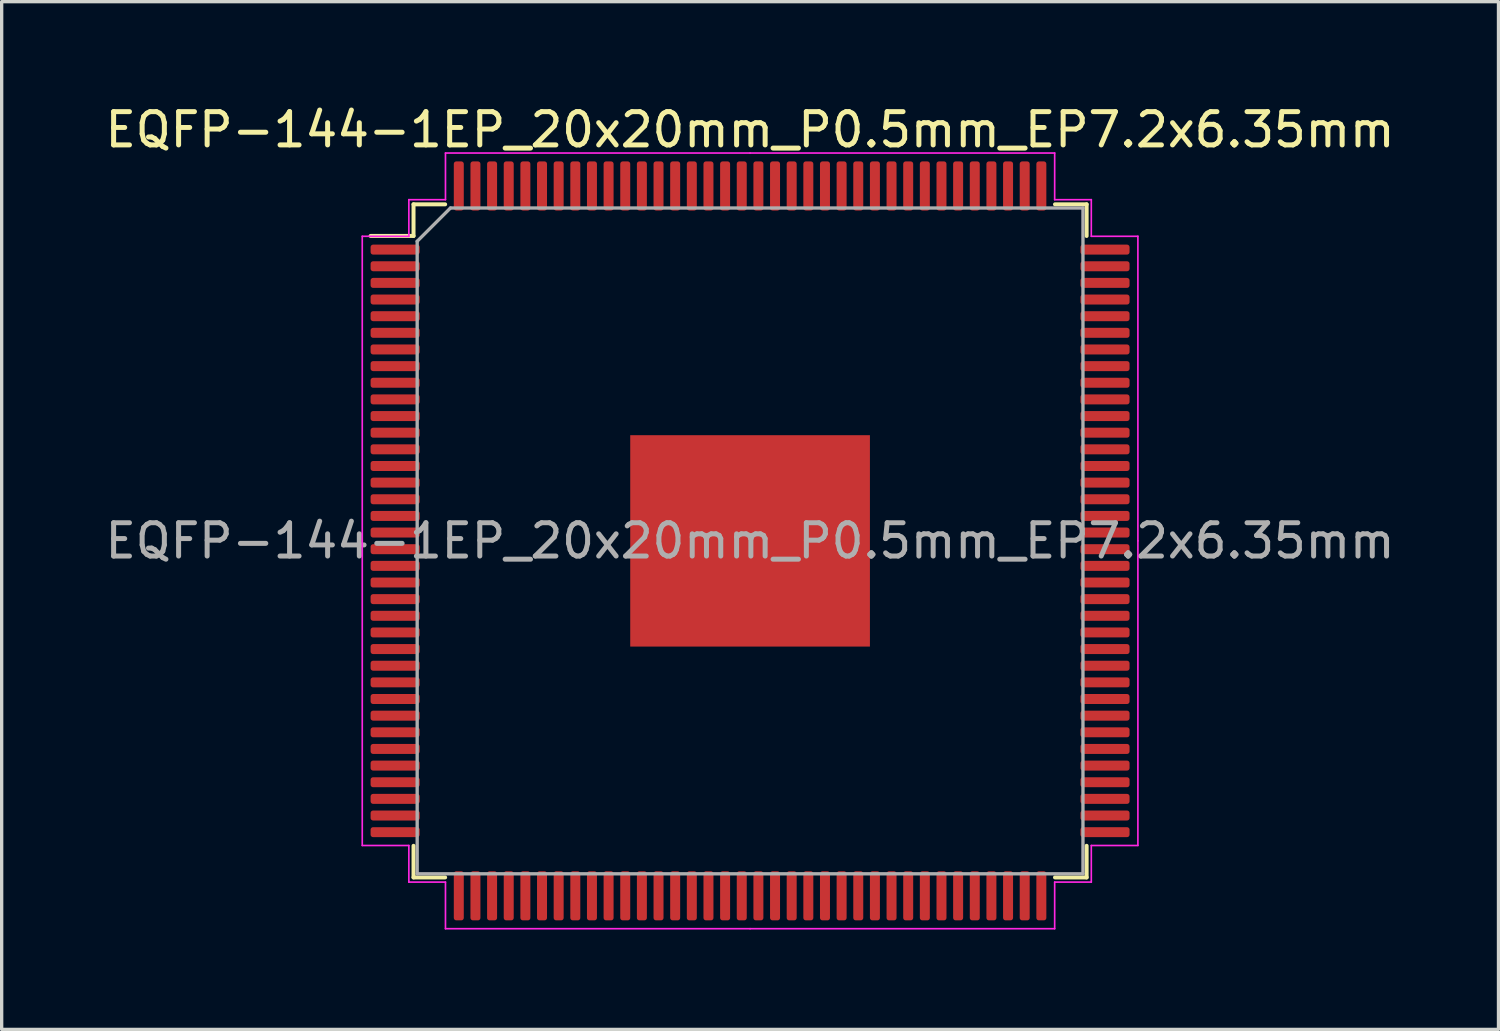
<source format=kicad_pcb>
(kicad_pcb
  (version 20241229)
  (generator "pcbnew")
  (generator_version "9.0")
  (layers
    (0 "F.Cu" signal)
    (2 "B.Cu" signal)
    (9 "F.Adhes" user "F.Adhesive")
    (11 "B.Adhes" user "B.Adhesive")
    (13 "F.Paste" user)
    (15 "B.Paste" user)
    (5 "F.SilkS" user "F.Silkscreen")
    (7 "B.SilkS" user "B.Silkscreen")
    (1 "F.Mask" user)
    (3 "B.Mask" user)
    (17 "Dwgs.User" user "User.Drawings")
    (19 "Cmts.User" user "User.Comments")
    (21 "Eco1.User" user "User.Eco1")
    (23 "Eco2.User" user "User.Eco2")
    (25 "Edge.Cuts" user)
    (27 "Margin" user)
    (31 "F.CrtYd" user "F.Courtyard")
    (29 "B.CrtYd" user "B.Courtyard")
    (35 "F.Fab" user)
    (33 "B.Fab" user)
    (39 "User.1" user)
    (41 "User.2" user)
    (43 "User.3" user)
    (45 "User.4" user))
  (footprint "EQFP-144-1EP_20x20mm_P0.5mm_EP7.2x6.35mm"
    (layer "F.Cu")
    (at 19.482 13.198)
    (property "Reference" "EQFP-144-1EP_20x20mm_P0.5mm_EP7.2x6.35mm" (at 0 -12.35 0) (layer "F.SilkS") (effects (font (size 1 1) (thickness 0.15))))
    (attr smd)
    (fp_line (start -10.11 -10.11) (end -10.11 -9.16) (stroke (width 0.12) (type solid)) (layer "F.SilkS"))
    (fp_line (start -10.11 -9.16) (end -11.4 -9.16) (stroke (width 0.12) (type solid)) (layer "F.SilkS"))
    (fp_line (start -10.11 10.11) (end -10.11 9.16) (stroke (width 0.12) (type solid)) (layer "F.SilkS"))
    (fp_line (start -9.16 -10.11) (end -10.11 -10.11) (stroke (width 0.12) (type solid)) (layer "F.SilkS"))
    (fp_line (start -9.16 10.11) (end -10.11 10.11) (stroke (width 0.12) (type solid)) (layer "F.SilkS"))
    (fp_line (start 9.16 -10.11) (end 10.11 -10.11) (stroke (width 0.12) (type solid)) (layer "F.SilkS"))
    (fp_line (start 9.16 10.11) (end 10.11 10.11) (stroke (width 0.12) (type solid)) (layer "F.SilkS"))
    (fp_line (start 10.11 -10.11) (end 10.11 -9.16) (stroke (width 0.12) (type solid)) (layer "F.SilkS"))
    (fp_line (start 10.11 10.11) (end 10.11 9.16) (stroke (width 0.12) (type solid)) (layer "F.SilkS"))
    (fp_line (start -11.65 -9.15) (end -11.65 0) (stroke (width 0.05) (type solid)) (layer "F.CrtYd"))
    (fp_line (start -11.65 9.15) (end -11.65 0) (stroke (width 0.05) (type solid)) (layer "F.CrtYd"))
    (fp_line (start -10.25 -10.25) (end -10.25 -9.15) (stroke (width 0.05) (type solid)) (layer "F.CrtYd"))
    (fp_line (start -10.25 -9.15) (end -11.65 -9.15) (stroke (width 0.05) (type solid)) (layer "F.CrtYd"))
    (fp_line (start -10.25 9.15) (end -11.65 9.15) (stroke (width 0.05) (type solid)) (layer "F.CrtYd"))
    (fp_line (start -10.25 10.25) (end -10.25 9.15) (stroke (width 0.05) (type solid)) (layer "F.CrtYd"))
    (fp_line (start -9.15 -11.65) (end -9.15 -10.25) (stroke (width 0.05) (type solid)) (layer "F.CrtYd"))
    (fp_line (start -9.15 -10.25) (end -10.25 -10.25) (stroke (width 0.05) (type solid)) (layer "F.CrtYd"))
    (fp_line (start -9.15 10.25) (end -10.25 10.25) (stroke (width 0.05) (type solid)) (layer "F.CrtYd"))
    (fp_line (start -9.15 11.65) (end -9.15 10.25) (stroke (width 0.05) (type solid)) (layer "F.CrtYd"))
    (fp_line (start 0 -11.65) (end -9.15 -11.65) (stroke (width 0.05) (type solid)) (layer "F.CrtYd"))
    (fp_line (start 0 -11.65) (end 9.15 -11.65) (stroke (width 0.05) (type solid)) (layer "F.CrtYd"))
    (fp_line (start 0 11.65) (end -9.15 11.65) (stroke (width 0.05) (type solid)) (layer "F.CrtYd"))
    (fp_line (start 0 11.65) (end 9.15 11.65) (stroke (width 0.05) (type solid)) (layer "F.CrtYd"))
    (fp_line (start 9.15 -11.65) (end 9.15 -10.25) (stroke (width 0.05) (type solid)) (layer "F.CrtYd"))
    (fp_line (start 9.15 -10.25) (end 10.25 -10.25) (stroke (width 0.05) (type solid)) (layer "F.CrtYd"))
    (fp_line (start 9.15 10.25) (end 10.25 10.25) (stroke (width 0.05) (type solid)) (layer "F.CrtYd"))
    (fp_line (start 9.15 11.65) (end 9.15 10.25) (stroke (width 0.05) (type solid)) (layer "F.CrtYd"))
    (fp_line (start 10.25 -10.25) (end 10.25 -9.15) (stroke (width 0.05) (type solid)) (layer "F.CrtYd"))
    (fp_line (start 10.25 -9.15) (end 11.65 -9.15) (stroke (width 0.05) (type solid)) (layer "F.CrtYd"))
    (fp_line (start 10.25 9.15) (end 11.65 9.15) (stroke (width 0.05) (type solid)) (layer "F.CrtYd"))
    (fp_line (start 10.25 10.25) (end 10.25 9.15) (stroke (width 0.05) (type solid)) (layer "F.CrtYd"))
    (fp_line (start 11.65 -9.15) (end 11.65 0) (stroke (width 0.05) (type solid)) (layer "F.CrtYd"))
    (fp_line (start 11.65 9.15) (end 11.65 0) (stroke (width 0.05) (type solid)) (layer "F.CrtYd"))
    (fp_line (start -10 -9) (end -9 -10) (stroke (width 0.1) (type solid)) (layer "F.Fab"))
    (fp_line (start -10 10) (end -10 -9) (stroke (width 0.1) (type solid)) (layer "F.Fab"))
    (fp_line (start -9 -10) (end 10 -10) (stroke (width 0.1) (type solid)) (layer "F.Fab"))
    (fp_line (start 10 -10) (end 10 10) (stroke (width 0.1) (type solid)) (layer "F.Fab"))
    (fp_line (start 10 10) (end -10 10) (stroke (width 0.1) (type solid)) (layer "F.Fab"))
    (fp_text user "${REFERENCE}" (at 0 0 0) (layer "F.Fab") (effects (font (size 1 1) (thickness 0.15))))
    (pad "" smd roundrect (at -3 -2.54) (size 0.97 1.02) (layers "F.Paste") (roundrect_rratio 0.25))
    (pad "" smd roundrect (at -3 -1.27) (size 0.97 1.02) (layers "F.Paste") (roundrect_rratio 0.25))
    (pad "" smd roundrect (at -3 0) (size 0.97 1.02) (layers "F.Paste") (roundrect_rratio 0.25))
    (pad "" smd roundrect (at -3 1.27) (size 0.97 1.02) (layers "F.Paste") (roundrect_rratio 0.25))
    (pad "" smd roundrect (at -3 2.54) (size 0.97 1.02) (layers "F.Paste") (roundrect_rratio 0.25))
    (pad "" smd roundrect (at -1.8 -2.54) (size 0.97 1.02) (layers "F.Paste") (roundrect_rratio 0.25))
    (pad "" smd roundrect (at -1.8 -1.27) (size 0.97 1.02) (layers "F.Paste") (roundrect_rratio 0.25))
    (pad "" smd roundrect (at -1.8 0) (size 0.97 1.02) (layers "F.Paste") (roundrect_rratio 0.25))
    (pad "" smd roundrect (at -1.8 1.27) (size 0.97 1.02) (layers "F.Paste") (roundrect_rratio 0.25))
    (pad "" smd roundrect (at -1.8 2.54) (size 0.97 1.02) (layers "F.Paste") (roundrect_rratio 0.25))
    (pad "" smd roundrect (at -0.6 -2.54) (size 0.97 1.02) (layers "F.Paste") (roundrect_rratio 0.25))
    (pad "" smd roundrect (at -0.6 -1.27) (size 0.97 1.02) (layers "F.Paste") (roundrect_rratio 0.25))
    (pad "" smd roundrect (at -0.6 0) (size 0.97 1.02) (layers "F.Paste") (roundrect_rratio 0.25))
    (pad "" smd roundrect (at -0.6 1.27) (size 0.97 1.02) (layers "F.Paste") (roundrect_rratio 0.25))
    (pad "" smd roundrect (at -0.6 2.54) (size 0.97 1.02) (layers "F.Paste") (roundrect_rratio 0.25))
    (pad "" smd roundrect (at 0.6 -2.54) (size 0.97 1.02) (layers "F.Paste") (roundrect_rratio 0.25))
    (pad "" smd roundrect (at 0.6 -1.27) (size 0.97 1.02) (layers "F.Paste") (roundrect_rratio 0.25))
    (pad "" smd roundrect (at 0.6 0) (size 0.97 1.02) (layers "F.Paste") (roundrect_rratio 0.25))
    (pad "" smd roundrect (at 0.6 1.27) (size 0.97 1.02) (layers "F.Paste") (roundrect_rratio 0.25))
    (pad "" smd roundrect (at 0.6 2.54) (size 0.97 1.02) (layers "F.Paste") (roundrect_rratio 0.25))
    (pad "" smd roundrect (at 1.8 -2.54) (size 0.97 1.02) (layers "F.Paste") (roundrect_rratio 0.25))
    (pad "" smd roundrect (at 1.8 -1.27) (size 0.97 1.02) (layers "F.Paste") (roundrect_rratio 0.25))
    (pad "" smd roundrect (at 1.8 0) (size 0.97 1.02) (layers "F.Paste") (roundrect_rratio 0.25))
    (pad "" smd roundrect (at 1.8 1.27) (size 0.97 1.02) (layers "F.Paste") (roundrect_rratio 0.25))
    (pad "" smd roundrect (at 1.8 2.54) (size 0.97 1.02) (layers "F.Paste") (roundrect_rratio 0.25))
    (pad "" smd roundrect (at 3 -2.54) (size 0.97 1.02) (layers "F.Paste") (roundrect_rratio 0.25))
    (pad "" smd roundrect (at 3 -1.27) (size 0.97 1.02) (layers "F.Paste") (roundrect_rratio 0.25))
    (pad "" smd roundrect (at 3 0) (size 0.97 1.02) (layers "F.Paste") (roundrect_rratio 0.25))
    (pad "" smd roundrect (at 3 1.27) (size 0.97 1.02) (layers "F.Paste") (roundrect_rratio 0.25))
    (pad "" smd roundrect (at 3 2.54) (size 0.97 1.02) (layers "F.Paste") (roundrect_rratio 0.25))
    (pad "1" smd roundrect (at -10.662 -8.75) (size 1.475 0.3) (layers "F.Cu" "F.Mask" "F.Paste") (roundrect_rratio 0.25))
    (pad "2" smd roundrect (at -10.662 -8.25) (size 1.475 0.3) (layers "F.Cu" "F.Mask" "F.Paste") (roundrect_rratio 0.25))
    (pad "3" smd roundrect (at -10.662 -7.75) (size 1.475 0.3) (layers "F.Cu" "F.Mask" "F.Paste") (roundrect_rratio 0.25))
    (pad "4" smd roundrect (at -10.662 -7.25) (size 1.475 0.3) (layers "F.Cu" "F.Mask" "F.Paste") (roundrect_rratio 0.25))
    (pad "5" smd roundrect (at -10.662 -6.75) (size 1.475 0.3) (layers "F.Cu" "F.Mask" "F.Paste") (roundrect_rratio 0.25))
    (pad "6" smd roundrect (at -10.662 -6.25) (size 1.475 0.3) (layers "F.Cu" "F.Mask" "F.Paste") (roundrect_rratio 0.25))
    (pad "7" smd roundrect (at -10.662 -5.75) (size 1.475 0.3) (layers "F.Cu" "F.Mask" "F.Paste") (roundrect_rratio 0.25))
    (pad "8" smd roundrect (at -10.662 -5.25) (size 1.475 0.3) (layers "F.Cu" "F.Mask" "F.Paste") (roundrect_rratio 0.25))
    (pad "9" smd roundrect (at -10.662 -4.75) (size 1.475 0.3) (layers "F.Cu" "F.Mask" "F.Paste") (roundrect_rratio 0.25))
    (pad "10" smd roundrect (at -10.662 -4.25) (size 1.475 0.3) (layers "F.Cu" "F.Mask" "F.Paste") (roundrect_rratio 0.25))
    (pad "11" smd roundrect (at -10.662 -3.75) (size 1.475 0.3) (layers "F.Cu" "F.Mask" "F.Paste") (roundrect_rratio 0.25))
    (pad "12" smd roundrect (at -10.662 -3.25) (size 1.475 0.3) (layers "F.Cu" "F.Mask" "F.Paste") (roundrect_rratio 0.25))
    (pad "13" smd roundrect (at -10.662 -2.75) (size 1.475 0.3) (layers "F.Cu" "F.Mask" "F.Paste") (roundrect_rratio 0.25))
    (pad "14" smd roundrect (at -10.662 -2.25) (size 1.475 0.3) (layers "F.Cu" "F.Mask" "F.Paste") (roundrect_rratio 0.25))
    (pad "15" smd roundrect (at -10.662 -1.75) (size 1.475 0.3) (layers "F.Cu" "F.Mask" "F.Paste") (roundrect_rratio 0.25))
    (pad "16" smd roundrect (at -10.662 -1.25) (size 1.475 0.3) (layers "F.Cu" "F.Mask" "F.Paste") (roundrect_rratio 0.25))
    (pad "17" smd roundrect (at -10.662 -0.75) (size 1.475 0.3) (layers "F.Cu" "F.Mask" "F.Paste") (roundrect_rratio 0.25))
    (pad "18" smd roundrect (at -10.662 -0.25) (size 1.475 0.3) (layers "F.Cu" "F.Mask" "F.Paste") (roundrect_rratio 0.25))
    (pad "19" smd roundrect (at -10.662 0.25) (size 1.475 0.3) (layers "F.Cu" "F.Mask" "F.Paste") (roundrect_rratio 0.25))
    (pad "20" smd roundrect (at -10.662 0.75) (size 1.475 0.3) (layers "F.Cu" "F.Mask" "F.Paste") (roundrect_rratio 0.25))
    (pad "21" smd roundrect (at -10.662 1.25) (size 1.475 0.3) (layers "F.Cu" "F.Mask" "F.Paste") (roundrect_rratio 0.25))
    (pad "22" smd roundrect (at -10.662 1.75) (size 1.475 0.3) (layers "F.Cu" "F.Mask" "F.Paste") (roundrect_rratio 0.25))
    (pad "23" smd roundrect (at -10.662 2.25) (size 1.475 0.3) (layers "F.Cu" "F.Mask" "F.Paste") (roundrect_rratio 0.25))
    (pad "24" smd roundrect (at -10.662 2.75) (size 1.475 0.3) (layers "F.Cu" "F.Mask" "F.Paste") (roundrect_rratio 0.25))
    (pad "25" smd roundrect (at -10.662 3.25) (size 1.475 0.3) (layers "F.Cu" "F.Mask" "F.Paste") (roundrect_rratio 0.25))
    (pad "26" smd roundrect (at -10.662 3.75) (size 1.475 0.3) (layers "F.Cu" "F.Mask" "F.Paste") (roundrect_rratio 0.25))
    (pad "27" smd roundrect (at -10.662 4.25) (size 1.475 0.3) (layers "F.Cu" "F.Mask" "F.Paste") (roundrect_rratio 0.25))
    (pad "28" smd roundrect (at -10.662 4.75) (size 1.475 0.3) (layers "F.Cu" "F.Mask" "F.Paste") (roundrect_rratio 0.25))
    (pad "29" smd roundrect (at -10.662 5.25) (size 1.475 0.3) (layers "F.Cu" "F.Mask" "F.Paste") (roundrect_rratio 0.25))
    (pad "30" smd roundrect (at -10.662 5.75) (size 1.475 0.3) (layers "F.Cu" "F.Mask" "F.Paste") (roundrect_rratio 0.25))
    (pad "31" smd roundrect (at -10.662 6.25) (size 1.475 0.3) (layers "F.Cu" "F.Mask" "F.Paste") (roundrect_rratio 0.25))
    (pad "32" smd roundrect (at -10.662 6.75) (size 1.475 0.3) (layers "F.Cu" "F.Mask" "F.Paste") (roundrect_rratio 0.25))
    (pad "33" smd roundrect (at -10.662 7.25) (size 1.475 0.3) (layers "F.Cu" "F.Mask" "F.Paste") (roundrect_rratio 0.25))
    (pad "34" smd roundrect (at -10.662 7.75) (size 1.475 0.3) (layers "F.Cu" "F.Mask" "F.Paste") (roundrect_rratio 0.25))
    (pad "35" smd roundrect (at -10.662 8.25) (size 1.475 0.3) (layers "F.Cu" "F.Mask" "F.Paste") (roundrect_rratio 0.25))
    (pad "36" smd roundrect (at -10.662 8.75) (size 1.475 0.3) (layers "F.Cu" "F.Mask" "F.Paste") (roundrect_rratio 0.25))
    (pad "37" smd roundrect (at -8.75 10.662) (size 0.3 1.475) (layers "F.Cu" "F.Mask" "F.Paste") (roundrect_rratio 0.25))
    (pad "38" smd roundrect (at -8.25 10.662) (size 0.3 1.475) (layers "F.Cu" "F.Mask" "F.Paste") (roundrect_rratio 0.25))
    (pad "39" smd roundrect (at -7.75 10.662) (size 0.3 1.475) (layers "F.Cu" "F.Mask" "F.Paste") (roundrect_rratio 0.25))
    (pad "40" smd roundrect (at -7.25 10.662) (size 0.3 1.475) (layers "F.Cu" "F.Mask" "F.Paste") (roundrect_rratio 0.25))
    (pad "41" smd roundrect (at -6.75 10.662) (size 0.3 1.475) (layers "F.Cu" "F.Mask" "F.Paste") (roundrect_rratio 0.25))
    (pad "42" smd roundrect (at -6.25 10.662) (size 0.3 1.475) (layers "F.Cu" "F.Mask" "F.Paste") (roundrect_rratio 0.25))
    (pad "43" smd roundrect (at -5.75 10.662) (size 0.3 1.475) (layers "F.Cu" "F.Mask" "F.Paste") (roundrect_rratio 0.25))
    (pad "44" smd roundrect (at -5.25 10.662) (size 0.3 1.475) (layers "F.Cu" "F.Mask" "F.Paste") (roundrect_rratio 0.25))
    (pad "45" smd roundrect (at -4.75 10.662) (size 0.3 1.475) (layers "F.Cu" "F.Mask" "F.Paste") (roundrect_rratio 0.25))
    (pad "46" smd roundrect (at -4.25 10.662) (size 0.3 1.475) (layers "F.Cu" "F.Mask" "F.Paste") (roundrect_rratio 0.25))
    (pad "47" smd roundrect (at -3.75 10.662) (size 0.3 1.475) (layers "F.Cu" "F.Mask" "F.Paste") (roundrect_rratio 0.25))
    (pad "48" smd roundrect (at -3.25 10.662) (size 0.3 1.475) (layers "F.Cu" "F.Mask" "F.Paste") (roundrect_rratio 0.25))
    (pad "49" smd roundrect (at -2.75 10.662) (size 0.3 1.475) (layers "F.Cu" "F.Mask" "F.Paste") (roundrect_rratio 0.25))
    (pad "50" smd roundrect (at -2.25 10.662) (size 0.3 1.475) (layers "F.Cu" "F.Mask" "F.Paste") (roundrect_rratio 0.25))
    (pad "51" smd roundrect (at -1.75 10.662) (size 0.3 1.475) (layers "F.Cu" "F.Mask" "F.Paste") (roundrect_rratio 0.25))
    (pad "52" smd roundrect (at -1.25 10.662) (size 0.3 1.475) (layers "F.Cu" "F.Mask" "F.Paste") (roundrect_rratio 0.25))
    (pad "53" smd roundrect (at -0.75 10.662) (size 0.3 1.475) (layers "F.Cu" "F.Mask" "F.Paste") (roundrect_rratio 0.25))
    (pad "54" smd roundrect (at -0.25 10.662) (size 0.3 1.475) (layers "F.Cu" "F.Mask" "F.Paste") (roundrect_rratio 0.25))
    (pad "55" smd roundrect (at 0.25 10.662) (size 0.3 1.475) (layers "F.Cu" "F.Mask" "F.Paste") (roundrect_rratio 0.25))
    (pad "56" smd roundrect (at 0.75 10.662) (size 0.3 1.475) (layers "F.Cu" "F.Mask" "F.Paste") (roundrect_rratio 0.25))
    (pad "57" smd roundrect (at 1.25 10.662) (size 0.3 1.475) (layers "F.Cu" "F.Mask" "F.Paste") (roundrect_rratio 0.25))
    (pad "58" smd roundrect (at 1.75 10.662) (size 0.3 1.475) (layers "F.Cu" "F.Mask" "F.Paste") (roundrect_rratio 0.25))
    (pad "59" smd roundrect (at 2.25 10.662) (size 0.3 1.475) (layers "F.Cu" "F.Mask" "F.Paste") (roundrect_rratio 0.25))
    (pad "60" smd roundrect (at 2.75 10.662) (size 0.3 1.475) (layers "F.Cu" "F.Mask" "F.Paste") (roundrect_rratio 0.25))
    (pad "61" smd roundrect (at 3.25 10.662) (size 0.3 1.475) (layers "F.Cu" "F.Mask" "F.Paste") (roundrect_rratio 0.25))
    (pad "62" smd roundrect (at 3.75 10.662) (size 0.3 1.475) (layers "F.Cu" "F.Mask" "F.Paste") (roundrect_rratio 0.25))
    (pad "63" smd roundrect (at 4.25 10.662) (size 0.3 1.475) (layers "F.Cu" "F.Mask" "F.Paste") (roundrect_rratio 0.25))
    (pad "64" smd roundrect (at 4.75 10.662) (size 0.3 1.475) (layers "F.Cu" "F.Mask" "F.Paste") (roundrect_rratio 0.25))
    (pad "65" smd roundrect (at 5.25 10.662) (size 0.3 1.475) (layers "F.Cu" "F.Mask" "F.Paste") (roundrect_rratio 0.25))
    (pad "66" smd roundrect (at 5.75 10.662) (size 0.3 1.475) (layers "F.Cu" "F.Mask" "F.Paste") (roundrect_rratio 0.25))
    (pad "67" smd roundrect (at 6.25 10.662) (size 0.3 1.475) (layers "F.Cu" "F.Mask" "F.Paste") (roundrect_rratio 0.25))
    (pad "68" smd roundrect (at 6.75 10.662) (size 0.3 1.475) (layers "F.Cu" "F.Mask" "F.Paste") (roundrect_rratio 0.25))
    (pad "69" smd roundrect (at 7.25 10.662) (size 0.3 1.475) (layers "F.Cu" "F.Mask" "F.Paste") (roundrect_rratio 0.25))
    (pad "70" smd roundrect (at 7.75 10.662) (size 0.3 1.475) (layers "F.Cu" "F.Mask" "F.Paste") (roundrect_rratio 0.25))
    (pad "71" smd roundrect (at 8.25 10.662) (size 0.3 1.475) (layers "F.Cu" "F.Mask" "F.Paste") (roundrect_rratio 0.25))
    (pad "72" smd roundrect (at 8.75 10.662) (size 0.3 1.475) (layers "F.Cu" "F.Mask" "F.Paste") (roundrect_rratio 0.25))
    (pad "73" smd roundrect (at 10.662 8.75) (size 1.475 0.3) (layers "F.Cu" "F.Mask" "F.Paste") (roundrect_rratio 0.25))
    (pad "74" smd roundrect (at 10.662 8.25) (size 1.475 0.3) (layers "F.Cu" "F.Mask" "F.Paste") (roundrect_rratio 0.25))
    (pad "75" smd roundrect (at 10.662 7.75) (size 1.475 0.3) (layers "F.Cu" "F.Mask" "F.Paste") (roundrect_rratio 0.25))
    (pad "76" smd roundrect (at 10.662 7.25) (size 1.475 0.3) (layers "F.Cu" "F.Mask" "F.Paste") (roundrect_rratio 0.25))
    (pad "77" smd roundrect (at 10.662 6.75) (size 1.475 0.3) (layers "F.Cu" "F.Mask" "F.Paste") (roundrect_rratio 0.25))
    (pad "78" smd roundrect (at 10.662 6.25) (size 1.475 0.3) (layers "F.Cu" "F.Mask" "F.Paste") (roundrect_rratio 0.25))
    (pad "79" smd roundrect (at 10.662 5.75) (size 1.475 0.3) (layers "F.Cu" "F.Mask" "F.Paste") (roundrect_rratio 0.25))
    (pad "80" smd roundrect (at 10.662 5.25) (size 1.475 0.3) (layers "F.Cu" "F.Mask" "F.Paste") (roundrect_rratio 0.25))
    (pad "81" smd roundrect (at 10.662 4.75) (size 1.475 0.3) (layers "F.Cu" "F.Mask" "F.Paste") (roundrect_rratio 0.25))
    (pad "82" smd roundrect (at 10.662 4.25) (size 1.475 0.3) (layers "F.Cu" "F.Mask" "F.Paste") (roundrect_rratio 0.25))
    (pad "83" smd roundrect (at 10.662 3.75) (size 1.475 0.3) (layers "F.Cu" "F.Mask" "F.Paste") (roundrect_rratio 0.25))
    (pad "84" smd roundrect (at 10.662 3.25) (size 1.475 0.3) (layers "F.Cu" "F.Mask" "F.Paste") (roundrect_rratio 0.25))
    (pad "85" smd roundrect (at 10.662 2.75) (size 1.475 0.3) (layers "F.Cu" "F.Mask" "F.Paste") (roundrect_rratio 0.25))
    (pad "86" smd roundrect (at 10.662 2.25) (size 1.475 0.3) (layers "F.Cu" "F.Mask" "F.Paste") (roundrect_rratio 0.25))
    (pad "87" smd roundrect (at 10.662 1.75) (size 1.475 0.3) (layers "F.Cu" "F.Mask" "F.Paste") (roundrect_rratio 0.25))
    (pad "88" smd roundrect (at 10.662 1.25) (size 1.475 0.3) (layers "F.Cu" "F.Mask" "F.Paste") (roundrect_rratio 0.25))
    (pad "89" smd roundrect (at 10.662 0.75) (size 1.475 0.3) (layers "F.Cu" "F.Mask" "F.Paste") (roundrect_rratio 0.25))
    (pad "90" smd roundrect (at 10.662 0.25) (size 1.475 0.3) (layers "F.Cu" "F.Mask" "F.Paste") (roundrect_rratio 0.25))
    (pad "91" smd roundrect (at 10.662 -0.25) (size 1.475 0.3) (layers "F.Cu" "F.Mask" "F.Paste") (roundrect_rratio 0.25))
    (pad "92" smd roundrect (at 10.662 -0.75) (size 1.475 0.3) (layers "F.Cu" "F.Mask" "F.Paste") (roundrect_rratio 0.25))
    (pad "93" smd roundrect (at 10.662 -1.25) (size 1.475 0.3) (layers "F.Cu" "F.Mask" "F.Paste") (roundrect_rratio 0.25))
    (pad "94" smd roundrect (at 10.662 -1.75) (size 1.475 0.3) (layers "F.Cu" "F.Mask" "F.Paste") (roundrect_rratio 0.25))
    (pad "95" smd roundrect (at 10.662 -2.25) (size 1.475 0.3) (layers "F.Cu" "F.Mask" "F.Paste") (roundrect_rratio 0.25))
    (pad "96" smd roundrect (at 10.662 -2.75) (size 1.475 0.3) (layers "F.Cu" "F.Mask" "F.Paste") (roundrect_rratio 0.25))
    (pad "97" smd roundrect (at 10.662 -3.25) (size 1.475 0.3) (layers "F.Cu" "F.Mask" "F.Paste") (roundrect_rratio 0.25))
    (pad "98" smd roundrect (at 10.662 -3.75) (size 1.475 0.3) (layers "F.Cu" "F.Mask" "F.Paste") (roundrect_rratio 0.25))
    (pad "99" smd roundrect (at 10.662 -4.25) (size 1.475 0.3) (layers "F.Cu" "F.Mask" "F.Paste") (roundrect_rratio 0.25))
    (pad "100" smd roundrect (at 10.662 -4.75) (size 1.475 0.3) (layers "F.Cu" "F.Mask" "F.Paste") (roundrect_rratio 0.25))
    (pad "101" smd roundrect (at 10.662 -5.25) (size 1.475 0.3) (layers "F.Cu" "F.Mask" "F.Paste") (roundrect_rratio 0.25))
    (pad "102" smd roundrect (at 10.662 -5.75) (size 1.475 0.3) (layers "F.Cu" "F.Mask" "F.Paste") (roundrect_rratio 0.25))
    (pad "103" smd roundrect (at 10.662 -6.25) (size 1.475 0.3) (layers "F.Cu" "F.Mask" "F.Paste") (roundrect_rratio 0.25))
    (pad "104" smd roundrect (at 10.662 -6.75) (size 1.475 0.3) (layers "F.Cu" "F.Mask" "F.Paste") (roundrect_rratio 0.25))
    (pad "105" smd roundrect (at 10.662 -7.25) (size 1.475 0.3) (layers "F.Cu" "F.Mask" "F.Paste") (roundrect_rratio 0.25))
    (pad "106" smd roundrect (at 10.662 -7.75) (size 1.475 0.3) (layers "F.Cu" "F.Mask" "F.Paste") (roundrect_rratio 0.25))
    (pad "107" smd roundrect (at 10.662 -8.25) (size 1.475 0.3) (layers "F.Cu" "F.Mask" "F.Paste") (roundrect_rratio 0.25))
    (pad "108" smd roundrect (at 10.662 -8.75) (size 1.475 0.3) (layers "F.Cu" "F.Mask" "F.Paste") (roundrect_rratio 0.25))
    (pad "109" smd roundrect (at 8.75 -10.662) (size 0.3 1.475) (layers "F.Cu" "F.Mask" "F.Paste") (roundrect_rratio 0.25))
    (pad "110" smd roundrect (at 8.25 -10.662) (size 0.3 1.475) (layers "F.Cu" "F.Mask" "F.Paste") (roundrect_rratio 0.25))
    (pad "111" smd roundrect (at 7.75 -10.662) (size 0.3 1.475) (layers "F.Cu" "F.Mask" "F.Paste") (roundrect_rratio 0.25))
    (pad "112" smd roundrect (at 7.25 -10.662) (size 0.3 1.475) (layers "F.Cu" "F.Mask" "F.Paste") (roundrect_rratio 0.25))
    (pad "113" smd roundrect (at 6.75 -10.662) (size 0.3 1.475) (layers "F.Cu" "F.Mask" "F.Paste") (roundrect_rratio 0.25))
    (pad "114" smd roundrect (at 6.25 -10.662) (size 0.3 1.475) (layers "F.Cu" "F.Mask" "F.Paste") (roundrect_rratio 0.25))
    (pad "115" smd roundrect (at 5.75 -10.662) (size 0.3 1.475) (layers "F.Cu" "F.Mask" "F.Paste") (roundrect_rratio 0.25))
    (pad "116" smd roundrect (at 5.25 -10.662) (size 0.3 1.475) (layers "F.Cu" "F.Mask" "F.Paste") (roundrect_rratio 0.25))
    (pad "117" smd roundrect (at 4.75 -10.662) (size 0.3 1.475) (layers "F.Cu" "F.Mask" "F.Paste") (roundrect_rratio 0.25))
    (pad "118" smd roundrect (at 4.25 -10.662) (size 0.3 1.475) (layers "F.Cu" "F.Mask" "F.Paste") (roundrect_rratio 0.25))
    (pad "119" smd roundrect (at 3.75 -10.662) (size 0.3 1.475) (layers "F.Cu" "F.Mask" "F.Paste") (roundrect_rratio 0.25))
    (pad "120" smd roundrect (at 3.25 -10.662) (size 0.3 1.475) (layers "F.Cu" "F.Mask" "F.Paste") (roundrect_rratio 0.25))
    (pad "121" smd roundrect (at 2.75 -10.662) (size 0.3 1.475) (layers "F.Cu" "F.Mask" "F.Paste") (roundrect_rratio 0.25))
    (pad "122" smd roundrect (at 2.25 -10.662) (size 0.3 1.475) (layers "F.Cu" "F.Mask" "F.Paste") (roundrect_rratio 0.25))
    (pad "123" smd roundrect (at 1.75 -10.662) (size 0.3 1.475) (layers "F.Cu" "F.Mask" "F.Paste") (roundrect_rratio 0.25))
    (pad "124" smd roundrect (at 1.25 -10.662) (size 0.3 1.475) (layers "F.Cu" "F.Mask" "F.Paste") (roundrect_rratio 0.25))
    (pad "125" smd roundrect (at 0.75 -10.662) (size 0.3 1.475) (layers "F.Cu" "F.Mask" "F.Paste") (roundrect_rratio 0.25))
    (pad "126" smd roundrect (at 0.25 -10.662) (size 0.3 1.475) (layers "F.Cu" "F.Mask" "F.Paste") (roundrect_rratio 0.25))
    (pad "127" smd roundrect (at -0.25 -10.662) (size 0.3 1.475) (layers "F.Cu" "F.Mask" "F.Paste") (roundrect_rratio 0.25))
    (pad "128" smd roundrect (at -0.75 -10.662) (size 0.3 1.475) (layers "F.Cu" "F.Mask" "F.Paste") (roundrect_rratio 0.25))
    (pad "129" smd roundrect (at -1.25 -10.662) (size 0.3 1.475) (layers "F.Cu" "F.Mask" "F.Paste") (roundrect_rratio 0.25))
    (pad "130" smd roundrect (at -1.75 -10.662) (size 0.3 1.475) (layers "F.Cu" "F.Mask" "F.Paste") (roundrect_rratio 0.25))
    (pad "131" smd roundrect (at -2.25 -10.662) (size 0.3 1.475) (layers "F.Cu" "F.Mask" "F.Paste") (roundrect_rratio 0.25))
    (pad "132" smd roundrect (at -2.75 -10.662) (size 0.3 1.475) (layers "F.Cu" "F.Mask" "F.Paste") (roundrect_rratio 0.25))
    (pad "133" smd roundrect (at -3.25 -10.662) (size 0.3 1.475) (layers "F.Cu" "F.Mask" "F.Paste") (roundrect_rratio 0.25))
    (pad "134" smd roundrect (at -3.75 -10.662) (size 0.3 1.475) (layers "F.Cu" "F.Mask" "F.Paste") (roundrect_rratio 0.25))
    (pad "135" smd roundrect (at -4.25 -10.662) (size 0.3 1.475) (layers "F.Cu" "F.Mask" "F.Paste") (roundrect_rratio 0.25))
    (pad "136" smd roundrect (at -4.75 -10.662) (size 0.3 1.475) (layers "F.Cu" "F.Mask" "F.Paste") (roundrect_rratio 0.25))
    (pad "137" smd roundrect (at -5.25 -10.662) (size 0.3 1.475) (layers "F.Cu" "F.Mask" "F.Paste") (roundrect_rratio 0.25))
    (pad "138" smd roundrect (at -5.75 -10.662) (size 0.3 1.475) (layers "F.Cu" "F.Mask" "F.Paste") (roundrect_rratio 0.25))
    (pad "139" smd roundrect (at -6.25 -10.662) (size 0.3 1.475) (layers "F.Cu" "F.Mask" "F.Paste") (roundrect_rratio 0.25))
    (pad "140" smd roundrect (at -6.75 -10.662) (size 0.3 1.475) (layers "F.Cu" "F.Mask" "F.Paste") (roundrect_rratio 0.25))
    (pad "141" smd roundrect (at -7.25 -10.662) (size 0.3 1.475) (layers "F.Cu" "F.Mask" "F.Paste") (roundrect_rratio 0.25))
    (pad "142" smd roundrect (at -7.75 -10.662) (size 0.3 1.475) (layers "F.Cu" "F.Mask" "F.Paste") (roundrect_rratio 0.25))
    (pad "143" smd roundrect (at -8.25 -10.662) (size 0.3 1.475) (layers "F.Cu" "F.Mask" "F.Paste") (roundrect_rratio 0.25))
    (pad "144" smd roundrect (at -8.75 -10.662) (size 0.3 1.475) (layers "F.Cu" "F.Mask" "F.Paste") (roundrect_rratio 0.25))
    (pad "145" smd rect (at 0 0) (size 7.2 6.35) (layers "F.Cu" "F.Mask")))
  (gr_rect
    (start -3 -3)
    (end 41.964 27.873)
    (stroke (width 0.1) (type default))
    (fill no)
    (layer "Edge.Cuts")))
</source>
